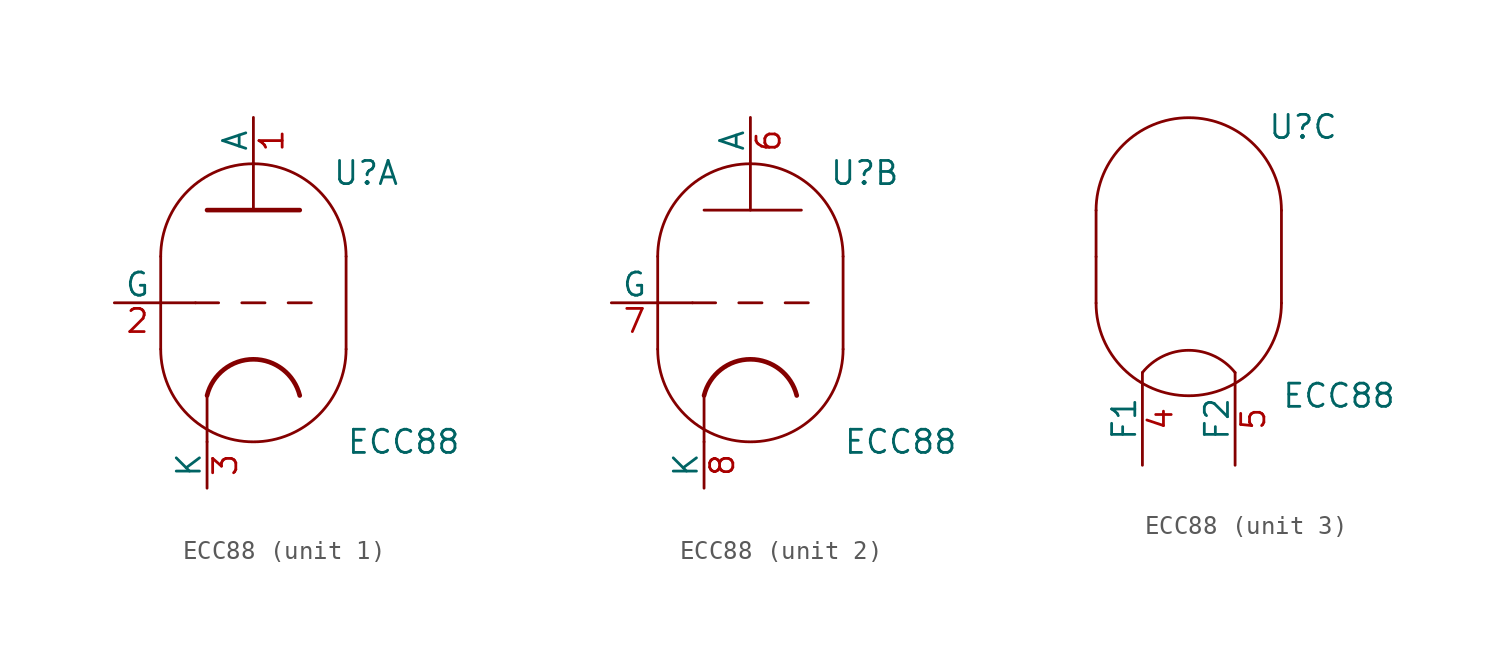
<source format=kicad_sym>
(kicad_symbol_lib
  (version 20220914)
  (generator kicad_symbol_editor)
  (symbol "ECC88"
    (pin_names
      (offset 0))
    (property "Reference" "U"
      (at 4.318 7.112 0)
      (effects (font (size 1.27 1.27)) (justify left)))
    (property "Value" "ECC88"
      (at 5.08 -7.62 0)
      (effects (font (size 1.27 1.27)) (justify left)))
    (property "ki_locked" ""
      (at 0 0 0)
      (effects (font (size 1.27 1.27))))
    (symbol "ECC88_0_1"
      (arc (start -5.08 -2.54) (mid 0 -7.5979) (end 5.08 -2.54) (stroke (width 0) (type solid)) (fill (type none)))
      (polyline (pts (xy -5.08 0) (xy -5.08 -2.54)) (stroke (width 0) (type solid)) (fill (type none)))
      (polyline (pts (xy -5.08 2.54) (xy -5.08 0)) (stroke (width 0) (type solid)) (fill (type none)))
      (polyline (pts (xy 5.08 2.54) (xy 5.08 -2.54)) (stroke (width 0) (type solid)) (fill (type none)))
      (arc (start 5.08 2.54) (mid 0 7.5979) (end -5.08 2.54) (stroke (width 0) (type solid)) (fill (type none))))
    (symbol "ECC88_1_0"
      (polyline (pts (xy -2.54 -5.08) (xy -2.54 -7.62)) (stroke (width 0) (type solid)) (fill (type none)))
      (polyline (pts (xy 0 5.08) (xy 0 7.62)) (stroke (width 0) (type solid)) (fill (type none))))
    (symbol "ECC88_1_1"
      (polyline (pts (xy -5.08 0) (xy -3.175 0)) (stroke (width 0) (type solid)) (fill (type none)))
      (polyline (pts (xy -1.905 0) (xy -3.175 0)) (stroke (width 0.152) (type solid)) (fill (type none)))
      (polyline (pts (xy -0.635 0) (xy 0.635 0)) (stroke (width 0.152) (type solid)) (fill (type none)))
      (polyline (pts (xy 1.905 0) (xy 3.175 0)) (stroke (width 0.152) (type solid)) (fill (type none)))
      (polyline (pts (xy -2.54 5.08) (xy 2.54 5.08) (xy 2.54 5.08)) (stroke (width 0.254) (type solid)) (fill (type none)))
      (arc (start 2.54 -5.08) (mid 0 -3.0968) (end -2.54 -5.08) (stroke (width 0.254) (type solid)) (fill (type none)))
      (pin output line (at 0 10.16 270) (length 2.54) (name "A" (effects (font (size 1.27 1.27)))) (number "1" (effects (font (size 1.27 1.27)))))
      (pin input line (at -7.62 0 0) (length 2.54) (name "G" (effects (font (size 1.27 1.27)))) (number "2" (effects (font (size 1.27 1.27)))))
      (pin bidirectional line (at -2.54 -10.16 90) (length 2.54) (name "K" (effects (font (size 1.27 1.27)))) (number "3" (effects (font (size 1.27 1.27))))))
    (symbol "ECC88_2_0"
      (polyline (pts (xy -5.08 0) (xy -3.175 0)) (stroke (width 0) (type solid)) (fill (type none)))
      (polyline (pts (xy -2.54 -5.08) (xy -2.54 -7.62)) (stroke (width 0) (type solid)) (fill (type none)))
      (polyline (pts (xy -1.905 0) (xy -3.175 0)) (stroke (width 0.152) (type solid)) (fill (type none)))
      (polyline (pts (xy -0.635 0) (xy 0.635 0)) (stroke (width 0.152) (type solid)) (fill (type none)))
      (polyline (pts (xy 0 5.08) (xy 0 7.62)) (stroke (width 0) (type solid)) (fill (type none)))
      (polyline (pts (xy 1.905 0) (xy 3.175 0)) (stroke (width 0.152) (type solid)) (fill (type none)))
      (polyline (pts (xy 2.794 5.08) (xy -2.54 5.08) (xy -2.54 5.08)) (stroke (width 0.152) (type solid)) (fill (type none))))
    (symbol "ECC88_2_1"
      (arc (start 2.54 -5.08) (mid 0 -3.0968) (end -2.54 -5.08) (stroke (width 0.254) (type solid)) (fill (type none)))
      (pin output line (at 0 10.16 270) (length 2.54) (name "A" (effects (font (size 1.27 1.27)))) (number "6" (effects (font (size 1.27 1.27)))))
      (pin input line (at -7.62 0 0) (length 2.54) (name "G" (effects (font (size 1.27 1.27)))) (number "7" (effects (font (size 1.27 1.27)))))
      (pin bidirectional line (at -2.54 -10.16 90) (length 2.54) (name "K" (effects (font (size 1.27 1.27)))) (number "8" (effects (font (size 1.27 1.27))))))
    (symbol "ECC88_3_1"
      (arc (start 2.54 -6.35) (mid 0 -5.1292) (end -2.54 -6.35) (stroke (width 0) (type solid)) (fill (type none)))
      (pin power_in line (at -2.54 -11.43 90) (length 5.08) (name "F1" (effects (font (size 1.27 1.27)))) (number "4" (effects (font (size 1.27 1.27)))))
      (pin power_in line (at 2.54 -11.43 90) (length 5.08) (name "F2" (effects (font (size 1.27 1.27)))) (number "5" (effects (font (size 1.27 1.27))))))))
</source>
